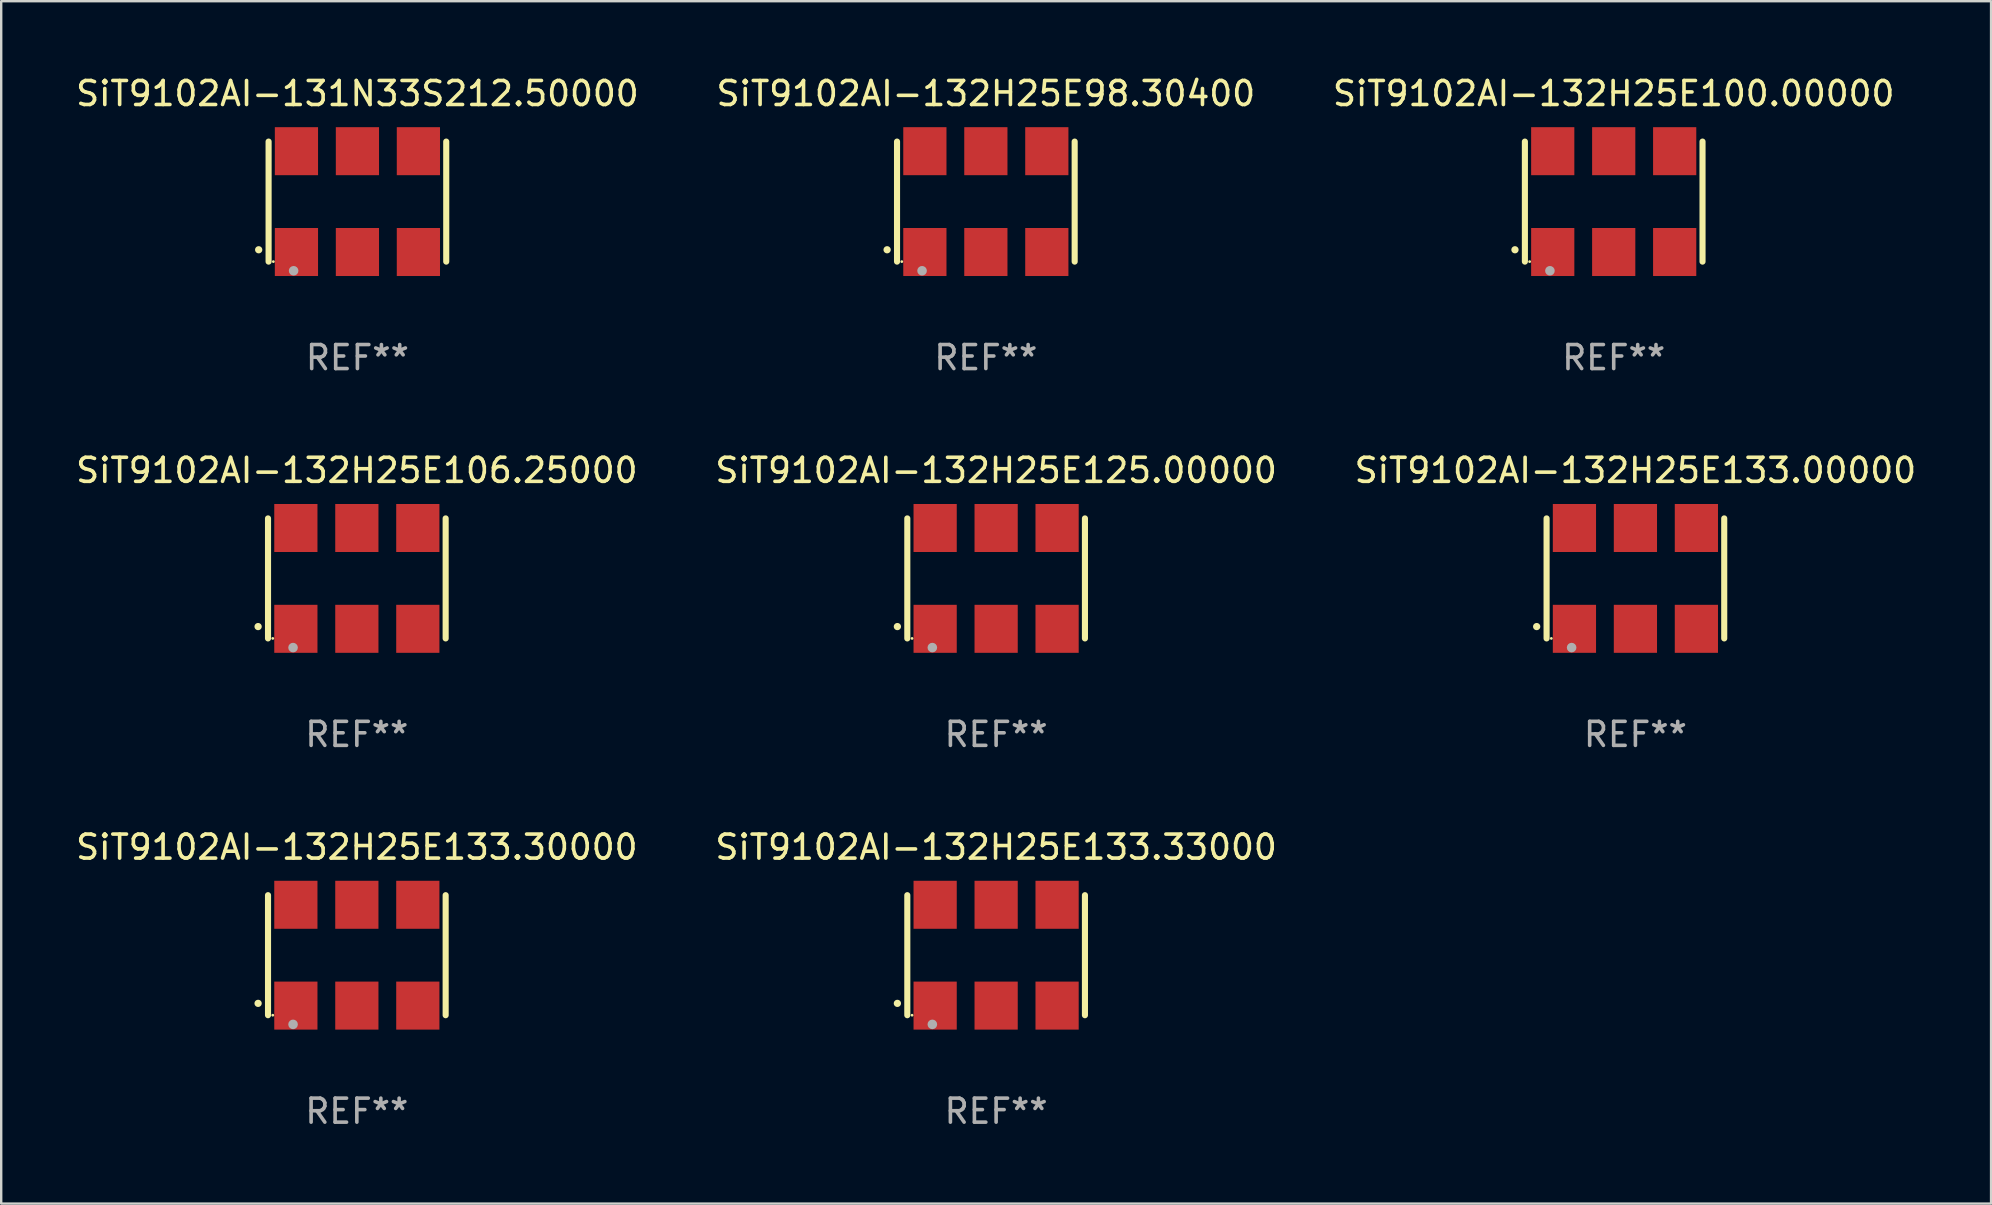
<source format=kicad_pcb>
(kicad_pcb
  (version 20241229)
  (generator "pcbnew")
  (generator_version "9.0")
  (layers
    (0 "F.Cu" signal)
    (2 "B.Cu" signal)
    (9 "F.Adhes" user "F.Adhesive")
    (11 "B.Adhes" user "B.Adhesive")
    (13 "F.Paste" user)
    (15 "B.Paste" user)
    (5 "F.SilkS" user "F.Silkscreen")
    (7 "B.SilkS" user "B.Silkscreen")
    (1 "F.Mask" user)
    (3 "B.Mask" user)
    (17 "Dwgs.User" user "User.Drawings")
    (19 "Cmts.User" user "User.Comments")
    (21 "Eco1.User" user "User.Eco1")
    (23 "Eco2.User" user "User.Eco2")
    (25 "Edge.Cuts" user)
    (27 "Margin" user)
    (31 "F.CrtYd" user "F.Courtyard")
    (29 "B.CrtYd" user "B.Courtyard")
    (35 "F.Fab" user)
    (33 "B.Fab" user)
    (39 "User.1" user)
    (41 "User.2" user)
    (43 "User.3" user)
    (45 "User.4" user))
  (footprint "SiT9102AI-131N33S212.50000"
    (layer "F.Cu")
    (at 11.839 5.348)
    (property "Reference" "SiT9102AI-131N33S212.50000" (at 0 -4.5 0) (layer "F.SilkS") (effects (font (size 1 1) (thickness 0.15))))
    (attr through_hole)
    (fp_line (start -3.7 -2.5) (end -3.7 2.5) (stroke (width 0.254) (type solid)) (layer "F.SilkS"))
    (fp_line (start 3.7 -2.5) (end 3.7 2.5) (stroke (width 0.254) (type solid)) (layer "F.SilkS"))
    (fp_arc (start -4.114415 2.006604) (mid -4.113145 2.006599) (end -4.111875 2.006604) (stroke (width 0.3) (type solid)) (layer "F.SilkS"))
    (fp_circle (center -3.502 2.5) (end -3.472 2.5) (stroke (width 0.06) (type solid)) (fill no) (layer "F.SilkS"))
    (fp_circle (center -2.657 2.882) (end -2.557 2.882) (stroke (width 0.2) (type solid)) (fill no) (layer "F.Fab"))
    (fp_text user "REF**" (at 0 6.5 0) (layer "F.Fab") (effects (font (size 1 1) (thickness 0.15))))
    (pad "1" smd rect (at -2.54 2.1) (size 1.8 2) (layers "F.Cu" "F.Mask" "F.Paste"))
    (pad "2" smd rect (at 0.000394 2.1) (size 1.8 2) (layers "F.Cu" "F.Mask" "F.Paste"))
    (pad "3" smd rect (at 2.54 2.1) (size 1.8 2) (layers "F.Cu" "F.Mask" "F.Paste"))
    (pad "4" smd rect (at 2.54 -2.1) (size 1.8 2) (layers "F.Cu" "F.Mask" "F.Paste"))
    (pad "5" smd rect (at 0.000394 -2.1) (size 1.8 2) (layers "F.Cu" "F.Mask" "F.Paste"))
    (pad "6" smd rect (at -2.54 -2.1) (size 1.8 2) (layers "F.Cu" "F.Mask" "F.Paste")))
  (footprint "SiT9102AI-132H25E106.25000"
    (layer "F.Cu")
    (at 11.815 21.045)
    (property "Reference" "SiT9102AI-132H25E106.25000" (at 0 -4.5 0) (layer "F.SilkS") (effects (font (size 1 1) (thickness 0.15))))
    (attr through_hole)
    (fp_line (start -3.7 -2.5) (end -3.7 2.5) (stroke (width 0.254) (type solid)) (layer "F.SilkS"))
    (fp_line (start 3.7 -2.5) (end 3.7 2.5) (stroke (width 0.254) (type solid)) (layer "F.SilkS"))
    (fp_arc (start -4.114415 2.006604) (mid -4.113145 2.006599) (end -4.111875 2.006604) (stroke (width 0.3) (type solid)) (layer "F.SilkS"))
    (fp_circle (center -3.502 2.5) (end -3.472 2.5) (stroke (width 0.06) (type solid)) (fill no) (layer "F.SilkS"))
    (fp_circle (center -2.657 2.882) (end -2.557 2.882) (stroke (width 0.2) (type solid)) (fill no) (layer "F.Fab"))
    (fp_text user "REF**" (at 0 6.5 0) (layer "F.Fab") (effects (font (size 1 1) (thickness 0.15))))
    (pad "1" smd rect (at -2.54 2.1) (size 1.8 2) (layers "F.Cu" "F.Mask" "F.Paste"))
    (pad "2" smd rect (at 0.000394 2.1) (size 1.8 2) (layers "F.Cu" "F.Mask" "F.Paste"))
    (pad "3" smd rect (at 2.54 2.1) (size 1.8 2) (layers "F.Cu" "F.Mask" "F.Paste"))
    (pad "4" smd rect (at 2.54 -2.1) (size 1.8 2) (layers "F.Cu" "F.Mask" "F.Paste"))
    (pad "5" smd rect (at 0.000394 -2.1) (size 1.8 2) (layers "F.Cu" "F.Mask" "F.Paste"))
    (pad "6" smd rect (at -2.54 -2.1) (size 1.8 2) (layers "F.Cu" "F.Mask" "F.Paste")))
  (footprint "SiT9102AI-132H25E133.00000"
    (layer "F.Cu")
    (at 65.077 21.045)
    (property "Reference" "SiT9102AI-132H25E133.00000" (at 0 -4.5 0) (layer "F.SilkS") (effects (font (size 1 1) (thickness 0.15))))
    (attr through_hole)
    (fp_line (start -3.7 -2.5) (end -3.7 2.5) (stroke (width 0.254) (type solid)) (layer "F.SilkS"))
    (fp_line (start 3.7 -2.5) (end 3.7 2.5) (stroke (width 0.254) (type solid)) (layer "F.SilkS"))
    (fp_arc (start -4.114415 2.006604) (mid -4.113145 2.006599) (end -4.111875 2.006604) (stroke (width 0.3) (type solid)) (layer "F.SilkS"))
    (fp_circle (center -3.502 2.5) (end -3.472 2.5) (stroke (width 0.06) (type solid)) (fill no) (layer "F.SilkS"))
    (fp_circle (center -2.657 2.882) (end -2.557 2.882) (stroke (width 0.2) (type solid)) (fill no) (layer "F.Fab"))
    (fp_text user "REF**" (at 0 6.5 0) (layer "F.Fab") (effects (font (size 1 1) (thickness 0.15))))
    (pad "1" smd rect (at -2.54 2.1) (size 1.8 2) (layers "F.Cu" "F.Mask" "F.Paste"))
    (pad "2" smd rect (at 0.000394 2.1) (size 1.8 2) (layers "F.Cu" "F.Mask" "F.Paste"))
    (pad "3" smd rect (at 2.54 2.1) (size 1.8 2) (layers "F.Cu" "F.Mask" "F.Paste"))
    (pad "4" smd rect (at 2.54 -2.1) (size 1.8 2) (layers "F.Cu" "F.Mask" "F.Paste"))
    (pad "5" smd rect (at 0.000394 -2.1) (size 1.8 2) (layers "F.Cu" "F.Mask" "F.Paste"))
    (pad "6" smd rect (at -2.54 -2.1) (size 1.8 2) (layers "F.Cu" "F.Mask" "F.Paste")))
  (footprint "SiT9102AI-132H25E133.33000"
    (layer "F.Cu")
    (at 38.446 36.741)
    (property "Reference" "SiT9102AI-132H25E133.33000" (at 0 -4.5 0) (layer "F.SilkS") (effects (font (size 1 1) (thickness 0.15))))
    (attr through_hole)
    (fp_line (start -3.7 -2.5) (end -3.7 2.5) (stroke (width 0.254) (type solid)) (layer "F.SilkS"))
    (fp_line (start 3.7 -2.5) (end 3.7 2.5) (stroke (width 0.254) (type solid)) (layer "F.SilkS"))
    (fp_arc (start -4.114415 2.006604) (mid -4.113145 2.006599) (end -4.111875 2.006604) (stroke (width 0.3) (type solid)) (layer "F.SilkS"))
    (fp_circle (center -3.502 2.5) (end -3.472 2.5) (stroke (width 0.06) (type solid)) (fill no) (layer "F.SilkS"))
    (fp_circle (center -2.657 2.882) (end -2.557 2.882) (stroke (width 0.2) (type solid)) (fill no) (layer "F.Fab"))
    (fp_text user "REF**" (at 0 6.5 0) (layer "F.Fab") (effects (font (size 1 1) (thickness 0.15))))
    (pad "1" smd rect (at -2.54 2.1) (size 1.8 2) (layers "F.Cu" "F.Mask" "F.Paste"))
    (pad "2" smd rect (at 0.000394 2.1) (size 1.8 2) (layers "F.Cu" "F.Mask" "F.Paste"))
    (pad "3" smd rect (at 2.54 2.1) (size 1.8 2) (layers "F.Cu" "F.Mask" "F.Paste"))
    (pad "4" smd rect (at 2.54 -2.1) (size 1.8 2) (layers "F.Cu" "F.Mask" "F.Paste"))
    (pad "5" smd rect (at 0.000394 -2.1) (size 1.8 2) (layers "F.Cu" "F.Mask" "F.Paste"))
    (pad "6" smd rect (at -2.54 -2.1) (size 1.8 2) (layers "F.Cu" "F.Mask" "F.Paste")))
  (footprint "SiT9102AI-132H25E98.30400"
    (layer "F.Cu")
    (at 38.018 5.348)
    (property "Reference" "SiT9102AI-132H25E98.30400" (at 0 -4.5 0) (layer "F.SilkS") (effects (font (size 1 1) (thickness 0.15))))
    (attr through_hole)
    (fp_line (start -3.7 -2.5) (end -3.7 2.5) (stroke (width 0.254) (type solid)) (layer "F.SilkS"))
    (fp_line (start 3.7 -2.5) (end 3.7 2.5) (stroke (width 0.254) (type solid)) (layer "F.SilkS"))
    (fp_arc (start -4.114415 2.006604) (mid -4.113145 2.006599) (end -4.111875 2.006604) (stroke (width 0.3) (type solid)) (layer "F.SilkS"))
    (fp_circle (center -3.502 2.5) (end -3.472 2.5) (stroke (width 0.06) (type solid)) (fill no) (layer "F.SilkS"))
    (fp_circle (center -2.657 2.882) (end -2.557 2.882) (stroke (width 0.2) (type solid)) (fill no) (layer "F.Fab"))
    (fp_text user "REF**" (at 0 6.5 0) (layer "F.Fab") (effects (font (size 1 1) (thickness 0.15))))
    (pad "1" smd rect (at -2.54 2.1) (size 1.8 2) (layers "F.Cu" "F.Mask" "F.Paste"))
    (pad "2" smd rect (at 0.000394 2.1) (size 1.8 2) (layers "F.Cu" "F.Mask" "F.Paste"))
    (pad "3" smd rect (at 2.54 2.1) (size 1.8 2) (layers "F.Cu" "F.Mask" "F.Paste"))
    (pad "4" smd rect (at 2.54 -2.1) (size 1.8 2) (layers "F.Cu" "F.Mask" "F.Paste"))
    (pad "5" smd rect (at 0.000394 -2.1) (size 1.8 2) (layers "F.Cu" "F.Mask" "F.Paste"))
    (pad "6" smd rect (at -2.54 -2.1) (size 1.8 2) (layers "F.Cu" "F.Mask" "F.Paste")))
  (footprint "SiT9102AI-132H25E133.30000"
    (layer "F.Cu")
    (at 11.815 36.741)
    (property "Reference" "SiT9102AI-132H25E133.30000" (at 0 -4.5 0) (layer "F.SilkS") (effects (font (size 1 1) (thickness 0.15))))
    (attr through_hole)
    (fp_line (start -3.7 -2.5) (end -3.7 2.5) (stroke (width 0.254) (type solid)) (layer "F.SilkS"))
    (fp_line (start 3.7 -2.5) (end 3.7 2.5) (stroke (width 0.254) (type solid)) (layer "F.SilkS"))
    (fp_arc (start -4.114415 2.006604) (mid -4.113145 2.006599) (end -4.111875 2.006604) (stroke (width 0.3) (type solid)) (layer "F.SilkS"))
    (fp_circle (center -3.502 2.5) (end -3.472 2.5) (stroke (width 0.06) (type solid)) (fill no) (layer "F.SilkS"))
    (fp_circle (center -2.657 2.882) (end -2.557 2.882) (stroke (width 0.2) (type solid)) (fill no) (layer "F.Fab"))
    (fp_text user "REF**" (at 0 6.5 0) (layer "F.Fab") (effects (font (size 1 1) (thickness 0.15))))
    (pad "1" smd rect (at -2.54 2.1) (size 1.8 2) (layers "F.Cu" "F.Mask" "F.Paste"))
    (pad "2" smd rect (at 0.000394 2.1) (size 1.8 2) (layers "F.Cu" "F.Mask" "F.Paste"))
    (pad "3" smd rect (at 2.54 2.1) (size 1.8 2) (layers "F.Cu" "F.Mask" "F.Paste"))
    (pad "4" smd rect (at 2.54 -2.1) (size 1.8 2) (layers "F.Cu" "F.Mask" "F.Paste"))
    (pad "5" smd rect (at 0.000394 -2.1) (size 1.8 2) (layers "F.Cu" "F.Mask" "F.Paste"))
    (pad "6" smd rect (at -2.54 -2.1) (size 1.8 2) (layers "F.Cu" "F.Mask" "F.Paste")))
  (footprint "SiT9102AI-132H25E100.00000"
    (layer "F.Cu")
    (at 64.173 5.348)
    (property "Reference" "SiT9102AI-132H25E100.00000" (at 0 -4.5 0) (layer "F.SilkS") (effects (font (size 1 1) (thickness 0.15))))
    (attr through_hole)
    (fp_line (start -3.7 -2.5) (end -3.7 2.5) (stroke (width 0.254) (type solid)) (layer "F.SilkS"))
    (fp_line (start 3.7 -2.5) (end 3.7 2.5) (stroke (width 0.254) (type solid)) (layer "F.SilkS"))
    (fp_arc (start -4.114415 2.006604) (mid -4.113145 2.006599) (end -4.111875 2.006604) (stroke (width 0.3) (type solid)) (layer "F.SilkS"))
    (fp_circle (center -3.502 2.5) (end -3.472 2.5) (stroke (width 0.06) (type solid)) (fill no) (layer "F.SilkS"))
    (fp_circle (center -2.657 2.882) (end -2.557 2.882) (stroke (width 0.2) (type solid)) (fill no) (layer "F.Fab"))
    (fp_text user "REF**" (at 0 6.5 0) (layer "F.Fab") (effects (font (size 1 1) (thickness 0.15))))
    (pad "1" smd rect (at -2.54 2.1) (size 1.8 2) (layers "F.Cu" "F.Mask" "F.Paste"))
    (pad "2" smd rect (at 0.000394 2.1) (size 1.8 2) (layers "F.Cu" "F.Mask" "F.Paste"))
    (pad "3" smd rect (at 2.54 2.1) (size 1.8 2) (layers "F.Cu" "F.Mask" "F.Paste"))
    (pad "4" smd rect (at 2.54 -2.1) (size 1.8 2) (layers "F.Cu" "F.Mask" "F.Paste"))
    (pad "5" smd rect (at 0.000394 -2.1) (size 1.8 2) (layers "F.Cu" "F.Mask" "F.Paste"))
    (pad "6" smd rect (at -2.54 -2.1) (size 1.8 2) (layers "F.Cu" "F.Mask" "F.Paste")))
  (footprint "SiT9102AI-132H25E125.00000"
    (layer "F.Cu")
    (at 38.446 21.045)
    (property "Reference" "SiT9102AI-132H25E125.00000" (at 0 -4.5 0) (layer "F.SilkS") (effects (font (size 1 1) (thickness 0.15))))
    (attr through_hole)
    (fp_line (start -3.7 -2.5) (end -3.7 2.5) (stroke (width 0.254) (type solid)) (layer "F.SilkS"))
    (fp_line (start 3.7 -2.5) (end 3.7 2.5) (stroke (width 0.254) (type solid)) (layer "F.SilkS"))
    (fp_arc (start -4.114415 2.006604) (mid -4.113145 2.006599) (end -4.111875 2.006604) (stroke (width 0.3) (type solid)) (layer "F.SilkS"))
    (fp_circle (center -3.502 2.5) (end -3.472 2.5) (stroke (width 0.06) (type solid)) (fill no) (layer "F.SilkS"))
    (fp_circle (center -2.657 2.882) (end -2.557 2.882) (stroke (width 0.2) (type solid)) (fill no) (layer "F.Fab"))
    (fp_text user "REF**" (at 0 6.5 0) (layer "F.Fab") (effects (font (size 1 1) (thickness 0.15))))
    (pad "1" smd rect (at -2.54 2.1) (size 1.8 2) (layers "F.Cu" "F.Mask" "F.Paste"))
    (pad "2" smd rect (at 0.000394 2.1) (size 1.8 2) (layers "F.Cu" "F.Mask" "F.Paste"))
    (pad "3" smd rect (at 2.54 2.1) (size 1.8 2) (layers "F.Cu" "F.Mask" "F.Paste"))
    (pad "4" smd rect (at 2.54 -2.1) (size 1.8 2) (layers "F.Cu" "F.Mask" "F.Paste"))
    (pad "5" smd rect (at 0.000394 -2.1) (size 1.8 2) (layers "F.Cu" "F.Mask" "F.Paste"))
    (pad "6" smd rect (at -2.54 -2.1) (size 1.8 2) (layers "F.Cu" "F.Mask" "F.Paste")))
  (gr_rect
    (start -3 -3)
    (end 79.893 47.09)
    (stroke (width 0.1) (type default))
    (fill no)
    (layer "Edge.Cuts")))
</source>
